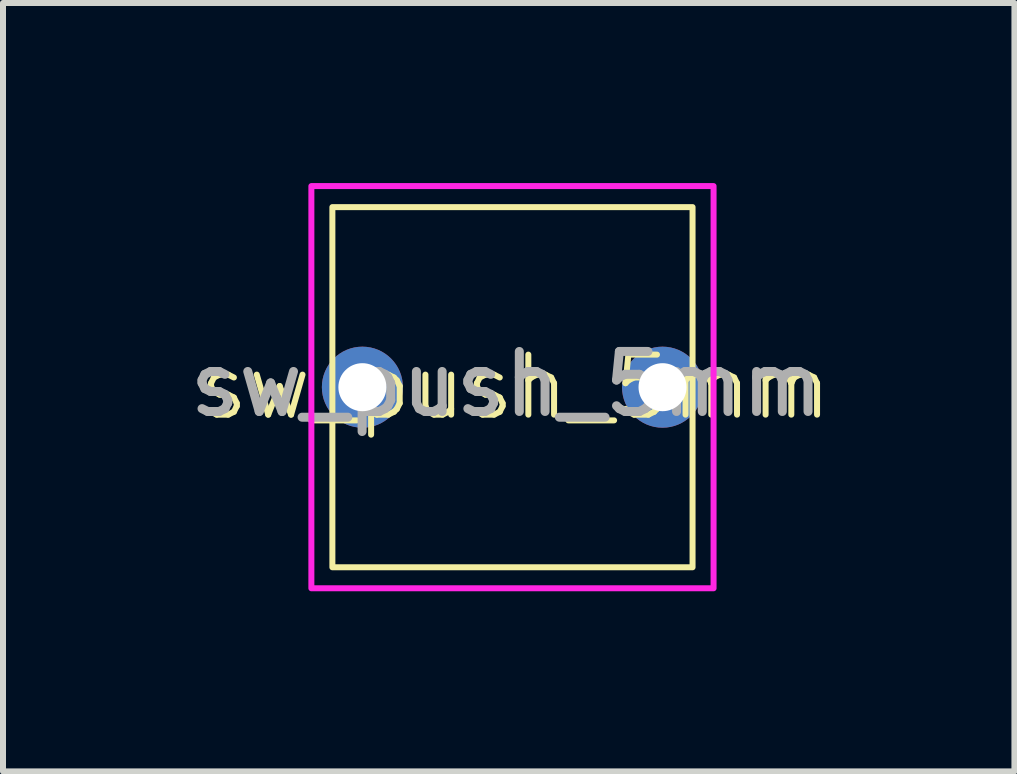
<source format=kicad_pcb>
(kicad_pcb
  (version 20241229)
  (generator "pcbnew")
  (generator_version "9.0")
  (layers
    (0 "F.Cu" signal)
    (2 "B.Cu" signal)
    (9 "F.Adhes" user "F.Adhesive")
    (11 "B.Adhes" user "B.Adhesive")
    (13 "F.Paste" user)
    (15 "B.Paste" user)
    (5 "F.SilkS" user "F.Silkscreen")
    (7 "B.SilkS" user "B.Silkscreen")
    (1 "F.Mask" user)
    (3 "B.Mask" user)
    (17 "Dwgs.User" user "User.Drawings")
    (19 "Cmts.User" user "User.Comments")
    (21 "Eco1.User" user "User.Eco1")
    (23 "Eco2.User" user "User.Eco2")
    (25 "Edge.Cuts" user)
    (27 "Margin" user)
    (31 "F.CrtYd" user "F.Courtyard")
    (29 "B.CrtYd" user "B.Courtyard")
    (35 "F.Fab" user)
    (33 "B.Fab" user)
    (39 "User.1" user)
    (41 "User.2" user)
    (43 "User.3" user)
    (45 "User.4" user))
  (footprint "sw_push_5mm"
    (layer "F.Cu")
    (at 5.387 3.35)
    (property "Reference" "sw_push_5mm" (at 0.15 0.05 0) (unlocked yes) (layer "F.SilkS") (effects (font (size 1 1) (thickness 0.1))))
    (attr through_hole)
    (fp_rect (start -2.9 -2.95) (end 3.1 3.05) (stroke (width 0.1) (type default)) (fill no) (layer "F.SilkS"))
    (fp_rect (start -3.25 -3.3) (end 3.45 3.4) (stroke (width 0.1) (type default)) (fill no) (layer "F.CrtYd"))
    (fp_text user "${REFERENCE}" (at 0 0 0) (unlocked yes) (layer "F.Fab") (effects (font (size 1 1) (thickness 0.15))))
    (pad "1" thru_hole circle (at -2.4 0.05) (size 1.35 1.35) (drill 0.8) (layers "*.Cu" "*.Mask"))
    (pad "2" thru_hole circle (at 2.6 0.05) (size 1.35 1.35) (drill 0.8) (layers "*.Cu" "*.Mask")))
  (gr_rect
    (start -3 -3)
    (end 13.849 9.8)
    (stroke (width 0.1) (type default))
    (fill no)
    (layer "Edge.Cuts")))
</source>
